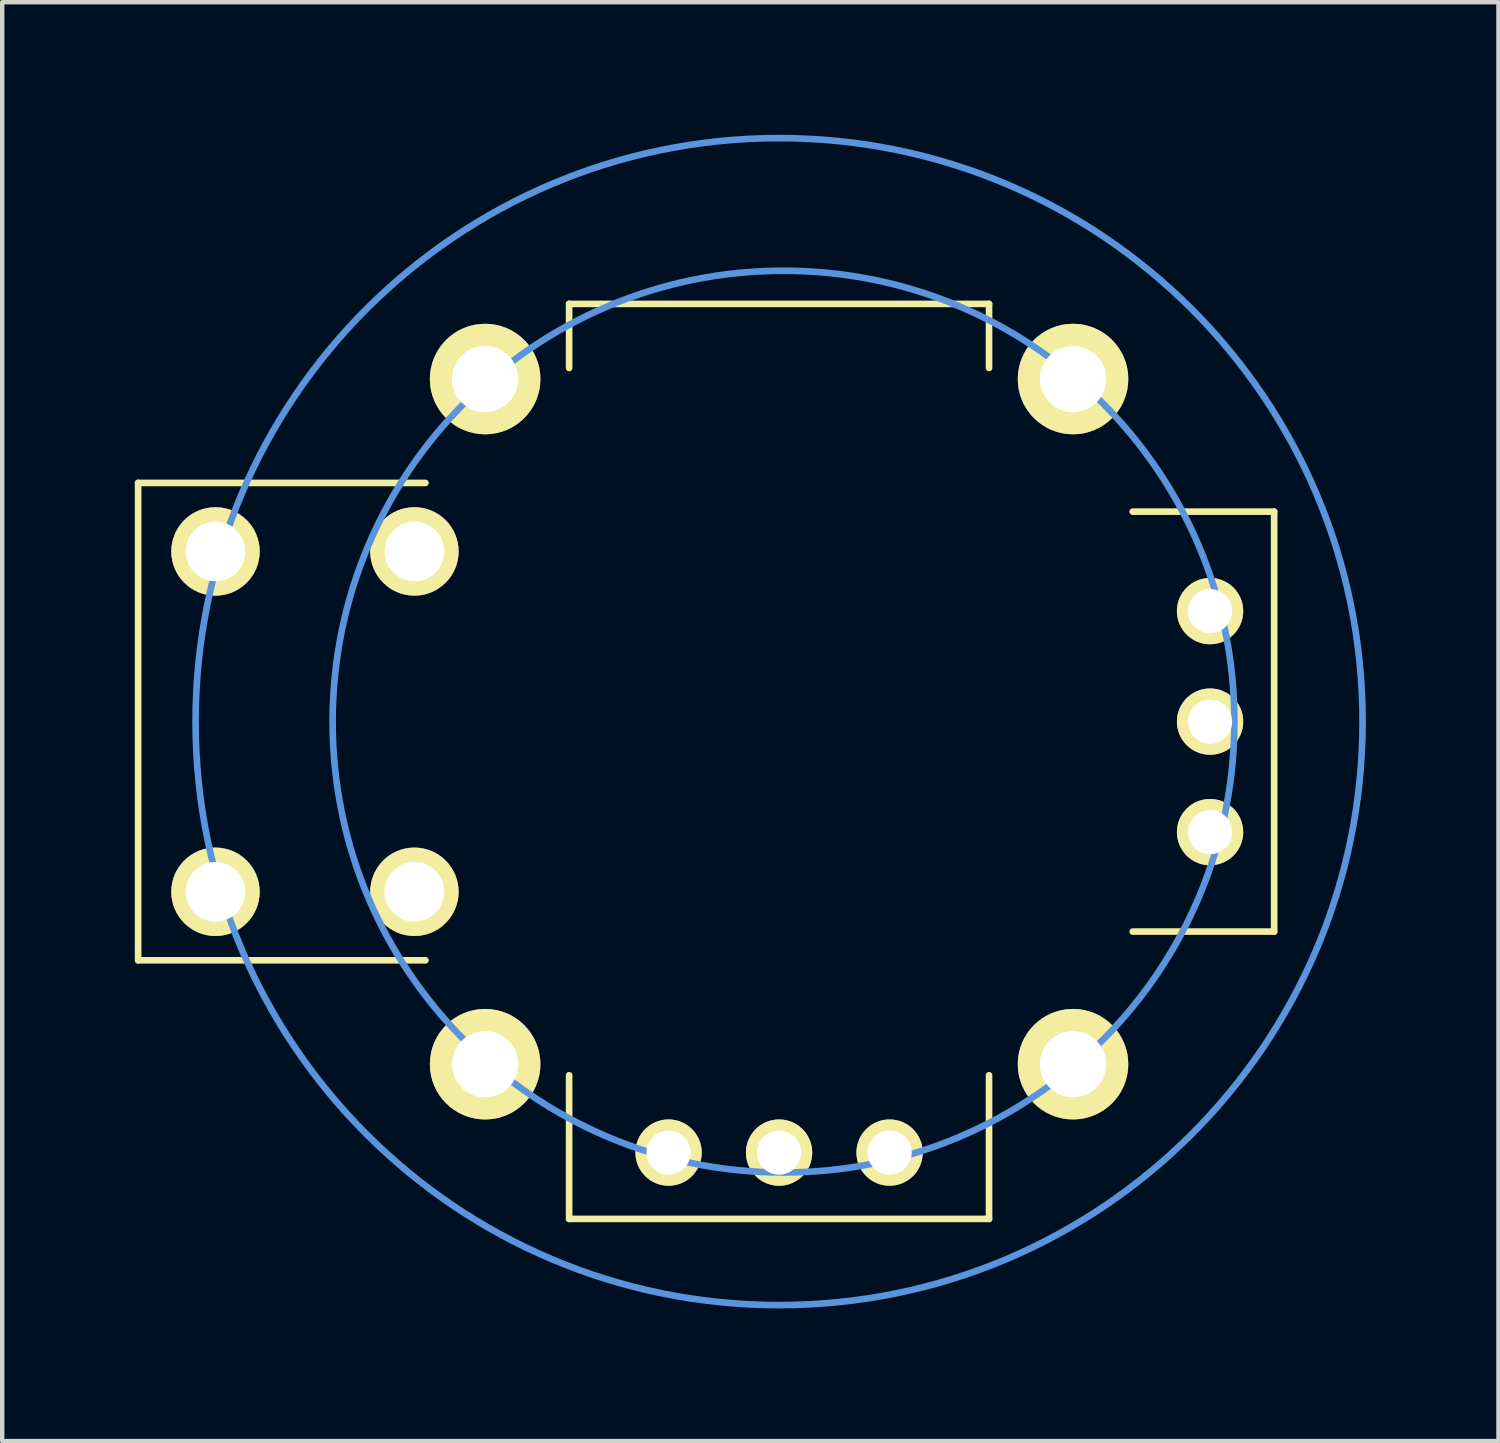
<source format=kicad_pcb>
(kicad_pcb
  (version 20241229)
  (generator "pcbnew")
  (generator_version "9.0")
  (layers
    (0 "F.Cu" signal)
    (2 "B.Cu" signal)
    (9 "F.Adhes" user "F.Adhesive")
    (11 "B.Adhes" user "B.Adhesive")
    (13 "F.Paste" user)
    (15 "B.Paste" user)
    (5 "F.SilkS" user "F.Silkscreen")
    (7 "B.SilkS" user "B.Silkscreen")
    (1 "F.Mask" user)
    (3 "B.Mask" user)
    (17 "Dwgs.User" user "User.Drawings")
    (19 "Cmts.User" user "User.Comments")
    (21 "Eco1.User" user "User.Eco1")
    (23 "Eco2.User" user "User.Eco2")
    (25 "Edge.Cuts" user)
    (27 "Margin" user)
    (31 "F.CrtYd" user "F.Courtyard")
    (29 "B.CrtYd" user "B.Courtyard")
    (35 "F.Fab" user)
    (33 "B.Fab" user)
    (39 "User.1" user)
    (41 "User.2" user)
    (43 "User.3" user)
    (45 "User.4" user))
  (footprint "JOYSTICK_W_BUTTON"
    (layer "F.Cu")
    (at 14.575 13.275)
    (property "Reference" "JOYSTICK_W_BUTTON" (at 0 -0.2 0) (layer "Eco1.User") (effects (font (size 1 1) (thickness 0.15))))
    (attr through_hole)
    (fp_line (start -14.5 -5.4) (end -14.5 5.4) (stroke (width 0.15) (type solid)) (layer "F.SilkS"))
    (fp_line (start -14.5 5.4) (end -8 5.4) (stroke (width 0.15) (type solid)) (layer "F.SilkS"))
    (fp_line (start -8 -5.4) (end -14.5 -5.4) (stroke (width 0.15) (type solid)) (layer "F.SilkS"))
    (fp_line (start -4.75 -9.45) (end 4.75 -9.45) (stroke (width 0.15) (type solid)) (layer "F.SilkS"))
    (fp_line (start -4.75 -8) (end -4.75 -9.45) (stroke (width 0.15) (type solid)) (layer "F.SilkS"))
    (fp_line (start -4.75 8) (end -4.75 11.25) (stroke (width 0.15) (type solid)) (layer "F.SilkS"))
    (fp_line (start -4.75 11.25) (end 4.75 11.25) (stroke (width 0.15) (type solid)) (layer "F.SilkS"))
    (fp_line (start 4.75 -9.45) (end 4.75 -8) (stroke (width 0.15) (type solid)) (layer "F.SilkS"))
    (fp_line (start 4.75 11.25) (end 4.75 8) (stroke (width 0.15) (type solid)) (layer "F.SilkS"))
    (fp_line (start 8 4.75) (end 11.2 4.75) (stroke (width 0.15) (type solid)) (layer "F.SilkS"))
    (fp_line (start 11.2 -4.75) (end 8 -4.75) (stroke (width 0.15) (type solid)) (layer "F.SilkS"))
    (fp_line (start 11.2 4.75) (end 11.2 -4.75) (stroke (width 0.15) (type solid)) (layer "F.SilkS"))
    (fp_circle (center 0 0) (end -13.2 0.1) (stroke (width 0.15) (type solid)) (fill no) (layer "Cmts.User"))
    (fp_circle (center 0.1 0) (end -10.1 0) (stroke (width 0.15) (type solid)) (fill no) (layer "Cmts.User"))
    (pad "SH" thru_hole circle (at -6.65 -7.75) (size 2.5 2.5) (drill 1.5) (layers "*.Cu" "*.Mask" "F.SilkS"))
    (pad "SH" thru_hole circle (at -6.65 7.75) (size 2.5 2.5) (drill 1.5) (layers "*.Cu" "*.Mask" "F.SilkS"))
    (pad "SH" thru_hole circle (at 6.65 -7.75) (size 2.5 2.5) (drill 1.5) (layers "*.Cu" "*.Mask" "F.SilkS"))
    (pad "SH" thru_hole circle (at 6.65 7.75) (size 2.5 2.5) (drill 1.5) (layers "*.Cu" "*.Mask" "F.SilkS"))
    (pad "SW1" thru_hole circle (at -8.25 -3.85) (size 2 2) (drill 1.35) (layers "*.Cu" "*.Mask" "F.SilkS"))
    (pad "SW1" thru_hole circle (at -8.25 3.85) (size 2 2) (drill 1.35) (layers "*.Cu" "*.Mask" "F.SilkS"))
    (pad "SW2" thru_hole circle (at -12.75 -3.85) (size 2 2) (drill 1.35) (layers "*.Cu" "*.Mask" "F.SilkS"))
    (pad "SW2" thru_hole circle (at -12.75 3.85) (size 2 2) (drill 1.35) (layers "*.Cu" "*.Mask" "F.SilkS"))
    (pad "X1" thru_hole circle (at -2.5 9.75) (size 1.5 1.5) (drill 1) (layers "*.Cu" "*.Mask" "F.SilkS"))
    (pad "X2" thru_hole circle (at 0 9.75) (size 1.5 1.5) (drill 1) (layers "*.Cu" "*.Mask" "F.SilkS"))
    (pad "X3" thru_hole circle (at 2.5 9.75) (size 1.5 1.5) (drill 1) (layers "*.Cu" "*.Mask" "F.SilkS"))
    (pad "Y1" thru_hole circle (at 9.75 2.5) (size 1.5 1.5) (drill 1) (layers "*.Cu" "*.Mask" "F.SilkS"))
    (pad "Y2" thru_hole circle (at 9.75 0) (size 1.5 1.5) (drill 1) (layers "*.Cu" "*.Mask" "F.SilkS"))
    (pad "Y3" thru_hole circle (at 9.75 -2.5) (size 1.5 1.5) (drill 1) (layers "*.Cu" "*.Mask" "F.SilkS")))
  (gr_rect
    (start -3 -3)
    (end 30.85 29.551)
    (stroke (width 0.1) (type default))
    (fill no)
    (layer "Edge.Cuts")))
</source>
